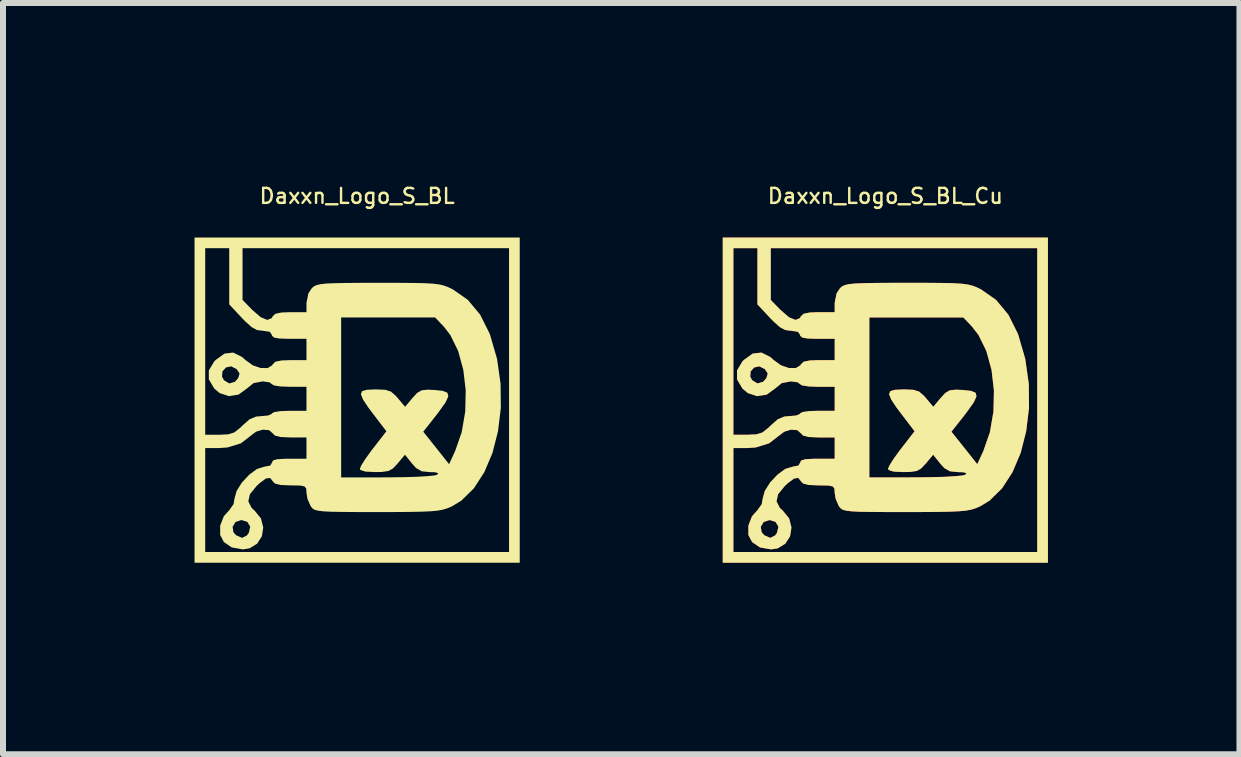
<source format=kicad_pcb>
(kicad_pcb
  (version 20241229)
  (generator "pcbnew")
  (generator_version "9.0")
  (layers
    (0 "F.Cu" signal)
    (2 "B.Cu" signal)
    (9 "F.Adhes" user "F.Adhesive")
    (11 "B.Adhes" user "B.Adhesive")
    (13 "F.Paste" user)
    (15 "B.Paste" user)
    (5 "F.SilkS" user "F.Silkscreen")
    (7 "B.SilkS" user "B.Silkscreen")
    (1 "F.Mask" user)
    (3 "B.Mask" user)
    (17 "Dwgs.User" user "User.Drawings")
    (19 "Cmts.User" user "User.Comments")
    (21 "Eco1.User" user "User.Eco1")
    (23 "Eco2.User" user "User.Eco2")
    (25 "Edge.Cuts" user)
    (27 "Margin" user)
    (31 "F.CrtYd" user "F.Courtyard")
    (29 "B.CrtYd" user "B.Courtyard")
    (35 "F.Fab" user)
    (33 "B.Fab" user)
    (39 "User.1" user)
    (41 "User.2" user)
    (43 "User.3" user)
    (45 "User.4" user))
  (footprint "Daxxn_Logo_S_BL_Cu"
    (layer "F.Cu")
    (at 11.7 3.616)
    (property "Reference" "Daxxn_Logo_S_BL_Cu" (at 0 -3.4 0) (layer "F.SilkS") (effects (font (size 0.25 0.25) (thickness 0.04))))
    (attr board_only exclude_from_pos_files exclude_from_bom allow_missing_courtyard)
    (fp_poly (pts (xy 2.709 2.709) (xy -2.709 2.709) (xy -2.709 2.531) (xy -2.531 2.531) (xy 2.531 2.531) (xy 2.531 -2.531) (xy -1.909 -2.531) (xy -1.909 -1.669) (xy -1.745 -1.501) (xy -1.606 -1.381) (xy -1.497 -1.336) (xy -1.423 -1.366) (xy -1.405 -1.399) (xy -1.361 -1.439) (xy -1.258 -1.46) (xy -1.112 -1.465) (xy -0.844 -1.465) (xy -0.844 -1.621) (xy -0.812 -1.779) (xy -0.755 -1.865) (xy -0.722 -1.894) (xy -0.679 -1.915) (xy -0.614 -1.931) (xy -0.517 -1.942) (xy -0.375 -1.948) (xy -0.177 -1.952) (xy 0.089 -1.954) (xy 0.357 -1.954) (xy 0.685 -1.954) (xy 0.937 -1.952) (xy 1.126 -1.948) (xy 1.266 -1.94) (xy 1.369 -1.927) (xy 1.448 -1.908) (xy 1.517 -1.882) (xy 1.588 -1.848) (xy 1.594 -1.845) (xy 1.845 -1.67) (xy 2.05 -1.423) (xy 2.211 -1.101) (xy 2.327 -0.702) (xy 2.332 -0.681) (xy 2.39 -0.273) (xy 2.394 0.131) (xy 2.347 0.519) (xy 2.255 0.88) (xy 2.119 1.201) (xy 1.945 1.47) (xy 1.735 1.676) (xy 1.576 1.772) (xy 1.507 1.801) (xy 1.435 1.824) (xy 1.346 1.841) (xy 1.229 1.852) (xy 1.07 1.859) (xy 0.857 1.863) (xy 0.577 1.865) (xy 0.336 1.865) (xy 0.006 1.865) (xy -0.247 1.863) (xy -0.433 1.86) (xy -0.565 1.853) (xy -0.653 1.842) (xy -0.709 1.827) (xy -0.743 1.804) (xy -0.768 1.775) (xy -0.775 1.766) (xy -0.828 1.644) (xy -0.844 1.544) (xy -0.848 1.476) (xy -0.875 1.439) (xy -0.945 1.424) (xy -1.079 1.421) (xy -1.112 1.421) (xy -1.277 1.414) (xy -1.37 1.39) (xy -1.405 1.354) (xy -1.449 1.297) (xy -1.52 1.306) (xy -1.627 1.386) (xy -1.674 1.43) (xy -1.786 1.567) (xy -1.813 1.687) (xy -1.757 1.796) (xy -1.708 1.841) (xy -1.602 1.972) (xy -1.564 2.122) (xy -1.587 2.269) (xy -1.666 2.392) (xy -1.793 2.47) (xy -1.903 2.487) (xy -2.088 2.455) (xy -2.22 2.365) (xy -2.282 2.247) (xy -2.282 2.11) (xy -2.075 2.11) (xy -2.061 2.201) (xy -2.017 2.251) (xy -1.917 2.295) (xy -1.838 2.256) (xy -1.806 2.213) (xy -1.781 2.109) (xy -1.829 2.029) (xy -1.927 1.998) (xy -2.027 2.031) (xy -2.075 2.11) (xy -2.282 2.11) (xy -2.282 2.091) (xy -2.222 1.936) (xy -2.129 1.832) (xy -2.059 1.733) (xy -2.043 1.639) (xy -2.008 1.513) (xy -1.919 1.372) (xy -1.84 1.288) (xy -0.266 1.288) (xy 0.5 1.287) (xy 0.755 1.284) (xy 0.983 1.278) (xy 1.166 1.267) (xy 1.289 1.255) (xy 1.332 1.243) (xy 1.352 1.216) (xy 1.296 1.202) (xy 1.213 1.2) (xy 1.077 1.186) (xy 0.982 1.132) (xy 0.913 1.055) (xy 0.797 0.91) (xy 0.676 1.055) (xy 0.598 1.138) (xy 0.522 1.181) (xy 0.413 1.197) (xy 0.3 1.199) (xy 0.137 1.191) (xy 0.056 1.165) (xy 0.045 1.143) (xy 0.071 1.084) (xy 0.139 0.977) (xy 0.237 0.841) (xy 0.266 0.804) (xy 0.487 0.519) (xy 0.331 0.315) (xy 0.185 0.122) (xy 0.096 -0.013) (xy 0.062 -0.1) (xy 0.084 -0.15) (xy 0.161 -0.172) (xy 0.294 -0.178) (xy 0.325 -0.178) (xy 0.469 -0.172) (xy 0.563 -0.142) (xy 0.643 -0.073) (xy 0.677 -0.034) (xy 0.799 0.111) (xy 0.922 -0.036) (xy 1.001 -0.121) (xy 1.074 -0.163) (xy 1.175 -0.174) (xy 1.289 -0.169) (xy 1.428 -0.154) (xy 1.505 -0.122) (xy 1.519 -0.061) (xy 1.473 0.039) (xy 1.365 0.19) (xy 1.312 0.26) (xy 1.102 0.526) (xy 1.317 0.796) (xy 1.532 1.067) (xy 1.632 0.85) (xy 1.742 0.535) (xy 1.801 0.191) (xy 1.809 -0.161) (xy 1.769 -0.504) (xy 1.683 -0.818) (xy 1.552 -1.085) (xy 1.446 -1.222) (xy 1.299 -1.377) (xy -0.266 -1.377) (xy -0.266 1.288) (xy -1.84 1.288) (xy -1.798 1.243) (xy -1.668 1.147) (xy -1.549 1.11) (xy -1.549 1.11) (xy -1.447 1.09) (xy -1.421 1.044) (xy -1.402 1.006) (xy -1.333 0.985) (xy -1.198 0.977) (xy -1.132 0.977) (xy -0.844 0.977) (xy -0.844 0.622) (xy -1.112 0.622) (xy -1.277 0.615) (xy -1.37 0.591) (xy -1.405 0.555) (xy -1.467 0.501) (xy -1.57 0.492) (xy -1.683 0.526) (xy -1.758 0.582) (xy -1.936 0.72) (xy -2.159 0.789) (xy -2.307 0.799) (xy -2.531 0.799) (xy -2.531 2.531) (xy -2.709 2.531) (xy -2.709 0.577) (xy -2.531 0.577) (xy -2.296 0.577) (xy -2.147 0.57) (xy -2.047 0.539) (xy -1.954 0.466) (xy -1.909 0.422) (xy -1.792 0.319) (xy -1.683 0.274) (xy -1.59 0.266) (xy -1.482 0.256) (xy -1.424 0.23) (xy -1.421 0.222) (xy -1.38 0.199) (xy -1.272 0.183) (xy -1.132 0.178) (xy -0.844 0.178) (xy -0.844 -0.222) (xy -1.132 -0.222) (xy -1.283 -0.228) (xy -1.386 -0.245) (xy -1.421 -0.266) (xy -1.46 -0.296) (xy -1.556 -0.31) (xy -1.579 -0.311) (xy -1.726 -0.283) (xy -1.839 -0.191) (xy -1.977 -0.091) (xy -2.136 -0.066) (xy -2.291 -0.117) (xy -2.381 -0.193) (xy -2.471 -0.346) (xy -2.471 -0.392) (xy -2.251 -0.392) (xy -2.218 -0.331) (xy -2.13 -0.278) (xy -2.035 -0.306) (xy -1.982 -0.366) (xy -1.959 -0.444) (xy -2.007 -0.516) (xy -2.098 -0.562) (xy -2.184 -0.544) (xy -2.243 -0.48) (xy -2.251 -0.392) (xy -2.471 -0.392) (xy -2.471 -0.494) (xy -2.383 -0.642) (xy -2.357 -0.669) (xy -2.21 -0.775) (xy -2.065 -0.792) (xy -1.919 -0.72) (xy -1.858 -0.666) (xy -1.739 -0.58) (xy -1.608 -0.535) (xy -1.491 -0.534) (xy -1.414 -0.581) (xy -1.405 -0.599) (xy -1.361 -0.64) (xy -1.258 -0.661) (xy -1.112 -0.666) (xy -0.844 -0.666) (xy -0.844 -1.021) (xy -1.132 -1.021) (xy -1.294 -1.026) (xy -1.384 -1.042) (xy -1.419 -1.073) (xy -1.421 -1.088) (xy -1.456 -1.138) (xy -1.567 -1.155) (xy -1.57 -1.155) (xy -1.667 -1.167) (xy -1.758 -1.216) (xy -1.869 -1.316) (xy -1.926 -1.375) (xy -2.131 -1.595) (xy -2.131 -2.531) (xy -2.531 -2.531) (xy -2.531 0.577) (xy -2.709 0.577) (xy -2.709 -2.709) (xy 2.709 -2.709)) (stroke (width 0) (type solid)) (fill yes) (layer "F.Cu"))
    (fp_poly (pts (xy 2.709 2.709) (xy -2.709 2.709) (xy -2.709 2.531) (xy -2.531 2.531) (xy 2.531 2.531) (xy 2.531 -2.531) (xy -1.909 -2.531) (xy -1.909 -1.669) (xy -1.745 -1.501) (xy -1.606 -1.381) (xy -1.497 -1.336) (xy -1.423 -1.366) (xy -1.405 -1.399) (xy -1.361 -1.439) (xy -1.258 -1.46) (xy -1.112 -1.465) (xy -0.844 -1.465) (xy -0.844 -1.621) (xy -0.812 -1.779) (xy -0.755 -1.865) (xy -0.722 -1.894) (xy -0.679 -1.915) (xy -0.614 -1.931) (xy -0.517 -1.942) (xy -0.375 -1.948) (xy -0.177 -1.952) (xy 0.089 -1.954) (xy 0.357 -1.954) (xy 0.685 -1.954) (xy 0.937 -1.952) (xy 1.126 -1.948) (xy 1.266 -1.94) (xy 1.369 -1.927) (xy 1.448 -1.908) (xy 1.517 -1.882) (xy 1.588 -1.848) (xy 1.594 -1.845) (xy 1.845 -1.67) (xy 2.05 -1.423) (xy 2.211 -1.101) (xy 2.327 -0.702) (xy 2.332 -0.681) (xy 2.39 -0.273) (xy 2.394 0.131) (xy 2.347 0.519) (xy 2.255 0.88) (xy 2.119 1.201) (xy 1.945 1.47) (xy 1.735 1.676) (xy 1.576 1.772) (xy 1.507 1.801) (xy 1.435 1.824) (xy 1.346 1.841) (xy 1.229 1.852) (xy 1.07 1.859) (xy 0.857 1.863) (xy 0.577 1.865) (xy 0.336 1.865) (xy 0.006 1.865) (xy -0.247 1.863) (xy -0.433 1.86) (xy -0.565 1.853) (xy -0.653 1.842) (xy -0.709 1.827) (xy -0.743 1.804) (xy -0.768 1.775) (xy -0.775 1.766) (xy -0.828 1.644) (xy -0.844 1.544) (xy -0.848 1.476) (xy -0.875 1.439) (xy -0.945 1.424) (xy -1.079 1.421) (xy -1.112 1.421) (xy -1.277 1.414) (xy -1.37 1.39) (xy -1.405 1.354) (xy -1.449 1.297) (xy -1.52 1.306) (xy -1.627 1.386) (xy -1.674 1.43) (xy -1.786 1.567) (xy -1.813 1.687) (xy -1.757 1.796) (xy -1.708 1.841) (xy -1.602 1.972) (xy -1.564 2.122) (xy -1.587 2.269) (xy -1.666 2.392) (xy -1.793 2.47) (xy -1.903 2.487) (xy -2.088 2.455) (xy -2.22 2.365) (xy -2.282 2.247) (xy -2.282 2.11) (xy -2.075 2.11) (xy -2.061 2.201) (xy -2.017 2.251) (xy -1.917 2.295) (xy -1.838 2.256) (xy -1.806 2.213) (xy -1.781 2.109) (xy -1.829 2.029) (xy -1.927 1.998) (xy -2.027 2.031) (xy -2.075 2.11) (xy -2.282 2.11) (xy -2.282 2.091) (xy -2.222 1.936) (xy -2.129 1.832) (xy -2.059 1.733) (xy -2.043 1.639) (xy -2.008 1.513) (xy -1.919 1.372) (xy -1.84 1.288) (xy -0.266 1.288) (xy 0.5 1.287) (xy 0.755 1.284) (xy 0.983 1.278) (xy 1.166 1.267) (xy 1.289 1.255) (xy 1.332 1.243) (xy 1.352 1.216) (xy 1.296 1.202) (xy 1.213 1.2) (xy 1.077 1.186) (xy 0.982 1.132) (xy 0.913 1.055) (xy 0.797 0.91) (xy 0.676 1.055) (xy 0.598 1.138) (xy 0.522 1.181) (xy 0.413 1.197) (xy 0.3 1.199) (xy 0.137 1.191) (xy 0.056 1.165) (xy 0.045 1.143) (xy 0.071 1.084) (xy 0.139 0.977) (xy 0.237 0.841) (xy 0.266 0.804) (xy 0.487 0.519) (xy 0.331 0.315) (xy 0.185 0.122) (xy 0.096 -0.013) (xy 0.062 -0.1) (xy 0.084 -0.15) (xy 0.161 -0.172) (xy 0.294 -0.178) (xy 0.325 -0.178) (xy 0.469 -0.172) (xy 0.563 -0.142) (xy 0.643 -0.073) (xy 0.677 -0.034) (xy 0.799 0.111) (xy 0.922 -0.036) (xy 1.001 -0.121) (xy 1.074 -0.163) (xy 1.175 -0.174) (xy 1.289 -0.169) (xy 1.428 -0.154) (xy 1.505 -0.122) (xy 1.519 -0.061) (xy 1.473 0.039) (xy 1.365 0.19) (xy 1.312 0.26) (xy 1.102 0.526) (xy 1.317 0.796) (xy 1.532 1.067) (xy 1.632 0.85) (xy 1.742 0.535) (xy 1.801 0.191) (xy 1.809 -0.161) (xy 1.769 -0.504) (xy 1.683 -0.818) (xy 1.552 -1.085) (xy 1.446 -1.222) (xy 1.299 -1.377) (xy -0.266 -1.377) (xy -0.266 1.288) (xy -1.84 1.288) (xy -1.798 1.243) (xy -1.668 1.147) (xy -1.549 1.11) (xy -1.549 1.11) (xy -1.447 1.09) (xy -1.421 1.044) (xy -1.402 1.006) (xy -1.333 0.985) (xy -1.198 0.977) (xy -1.132 0.977) (xy -0.844 0.977) (xy -0.844 0.622) (xy -1.112 0.622) (xy -1.277 0.615) (xy -1.37 0.591) (xy -1.405 0.555) (xy -1.467 0.501) (xy -1.57 0.492) (xy -1.683 0.526) (xy -1.758 0.582) (xy -1.936 0.72) (xy -2.159 0.789) (xy -2.307 0.799) (xy -2.531 0.799) (xy -2.531 2.531) (xy -2.709 2.531) (xy -2.709 0.577) (xy -2.531 0.577) (xy -2.296 0.577) (xy -2.147 0.57) (xy -2.047 0.539) (xy -1.954 0.466) (xy -1.909 0.422) (xy -1.792 0.319) (xy -1.683 0.274) (xy -1.59 0.266) (xy -1.482 0.256) (xy -1.424 0.23) (xy -1.421 0.222) (xy -1.38 0.199) (xy -1.272 0.183) (xy -1.132 0.178) (xy -0.844 0.178) (xy -0.844 -0.222) (xy -1.132 -0.222) (xy -1.283 -0.228) (xy -1.386 -0.245) (xy -1.421 -0.266) (xy -1.46 -0.296) (xy -1.556 -0.31) (xy -1.579 -0.311) (xy -1.726 -0.283) (xy -1.839 -0.191) (xy -1.977 -0.091) (xy -2.136 -0.066) (xy -2.291 -0.117) (xy -2.381 -0.193) (xy -2.471 -0.346) (xy -2.471 -0.392) (xy -2.251 -0.392) (xy -2.218 -0.331) (xy -2.13 -0.278) (xy -2.035 -0.306) (xy -1.982 -0.366) (xy -1.959 -0.444) (xy -2.007 -0.516) (xy -2.098 -0.562) (xy -2.184 -0.544) (xy -2.243 -0.48) (xy -2.251 -0.392) (xy -2.471 -0.392) (xy -2.471 -0.494) (xy -2.383 -0.642) (xy -2.357 -0.669) (xy -2.21 -0.775) (xy -2.065 -0.792) (xy -1.919 -0.72) (xy -1.858 -0.666) (xy -1.739 -0.58) (xy -1.608 -0.535) (xy -1.491 -0.534) (xy -1.414 -0.581) (xy -1.405 -0.599) (xy -1.361 -0.64) (xy -1.258 -0.661) (xy -1.112 -0.666) (xy -0.844 -0.666) (xy -0.844 -1.021) (xy -1.132 -1.021) (xy -1.294 -1.026) (xy -1.384 -1.042) (xy -1.419 -1.073) (xy -1.421 -1.088) (xy -1.456 -1.138) (xy -1.567 -1.155) (xy -1.57 -1.155) (xy -1.667 -1.167) (xy -1.758 -1.216) (xy -1.869 -1.316) (xy -1.926 -1.375) (xy -2.131 -1.595) (xy -2.131 -2.531) (xy -2.531 -2.531) (xy -2.531 0.577) (xy -2.709 0.577) (xy -2.709 -2.709) (xy 2.709 -2.709)) (stroke (width 0) (type solid)) (fill yes) (layer "F.SilkS"))
    (zone (net_name "") (layer "F.Cu") (hatch edge 0.5) (connect_pads) (min_thickness 0.25) (filled_areas_thickness no) (keepout (tracks allowed) (vias allowed) (pads allowed) (copperpour not_allowed) (footprints allowed)) (placement (enabled no)) (fill) (polygon (pts (xy 8.8 0.716) (xy 14.6 0.716) (xy 14.6 6.516) (xy 8.8 6.516)))))
  (footprint "Daxxn_Logo_S_BL"
    (layer "F.Cu")
    (at 2.9 3.616)
    (property "Reference" "Daxxn_Logo_S_BL" (at 0 -3.4 0) (layer "F.SilkS") (effects (font (size 0.25 0.25) (thickness 0.04))))
    (attr board_only exclude_from_pos_files exclude_from_bom allow_missing_courtyard)
    (fp_poly (pts (xy 2.709 2.709) (xy -2.709 2.709) (xy -2.709 2.531) (xy -2.531 2.531) (xy 2.531 2.531) (xy 2.531 -2.531) (xy -1.909 -2.531) (xy -1.909 -1.669) (xy -1.745 -1.501) (xy -1.606 -1.381) (xy -1.497 -1.336) (xy -1.423 -1.366) (xy -1.405 -1.399) (xy -1.361 -1.439) (xy -1.258 -1.46) (xy -1.112 -1.465) (xy -0.844 -1.465) (xy -0.844 -1.621) (xy -0.812 -1.779) (xy -0.755 -1.865) (xy -0.722 -1.894) (xy -0.679 -1.915) (xy -0.614 -1.931) (xy -0.517 -1.942) (xy -0.375 -1.948) (xy -0.177 -1.952) (xy 0.089 -1.954) (xy 0.357 -1.954) (xy 0.685 -1.954) (xy 0.937 -1.952) (xy 1.126 -1.948) (xy 1.266 -1.94) (xy 1.369 -1.927) (xy 1.448 -1.908) (xy 1.517 -1.882) (xy 1.588 -1.848) (xy 1.594 -1.845) (xy 1.845 -1.67) (xy 2.05 -1.423) (xy 2.211 -1.101) (xy 2.327 -0.702) (xy 2.332 -0.681) (xy 2.39 -0.273) (xy 2.394 0.131) (xy 2.347 0.519) (xy 2.255 0.88) (xy 2.119 1.201) (xy 1.945 1.47) (xy 1.735 1.676) (xy 1.576 1.772) (xy 1.507 1.801) (xy 1.435 1.824) (xy 1.346 1.841) (xy 1.229 1.852) (xy 1.07 1.859) (xy 0.857 1.863) (xy 0.577 1.865) (xy 0.336 1.865) (xy 0.006 1.865) (xy -0.247 1.863) (xy -0.433 1.86) (xy -0.565 1.853) (xy -0.653 1.842) (xy -0.709 1.827) (xy -0.743 1.804) (xy -0.768 1.775) (xy -0.775 1.766) (xy -0.828 1.644) (xy -0.844 1.544) (xy -0.848 1.476) (xy -0.875 1.439) (xy -0.945 1.424) (xy -1.079 1.421) (xy -1.112 1.421) (xy -1.277 1.414) (xy -1.37 1.39) (xy -1.405 1.354) (xy -1.449 1.297) (xy -1.52 1.306) (xy -1.627 1.386) (xy -1.674 1.43) (xy -1.786 1.567) (xy -1.813 1.687) (xy -1.757 1.796) (xy -1.708 1.841) (xy -1.602 1.972) (xy -1.564 2.122) (xy -1.587 2.269) (xy -1.666 2.392) (xy -1.793 2.47) (xy -1.903 2.487) (xy -2.088 2.455) (xy -2.22 2.365) (xy -2.282 2.247) (xy -2.282 2.11) (xy -2.075 2.11) (xy -2.061 2.201) (xy -2.017 2.251) (xy -1.917 2.295) (xy -1.838 2.256) (xy -1.806 2.213) (xy -1.781 2.109) (xy -1.829 2.029) (xy -1.927 1.998) (xy -2.027 2.031) (xy -2.075 2.11) (xy -2.282 2.11) (xy -2.282 2.091) (xy -2.222 1.936) (xy -2.129 1.832) (xy -2.059 1.733) (xy -2.043 1.639) (xy -2.008 1.513) (xy -1.919 1.372) (xy -1.84 1.288) (xy -0.266 1.288) (xy 0.5 1.287) (xy 0.755 1.284) (xy 0.983 1.278) (xy 1.166 1.267) (xy 1.289 1.255) (xy 1.332 1.243) (xy 1.352 1.216) (xy 1.296 1.202) (xy 1.213 1.2) (xy 1.077 1.186) (xy 0.982 1.132) (xy 0.913 1.055) (xy 0.797 0.91) (xy 0.676 1.055) (xy 0.598 1.138) (xy 0.522 1.181) (xy 0.413 1.197) (xy 0.3 1.199) (xy 0.137 1.191) (xy 0.056 1.165) (xy 0.045 1.143) (xy 0.071 1.084) (xy 0.139 0.977) (xy 0.237 0.841) (xy 0.266 0.804) (xy 0.487 0.519) (xy 0.331 0.315) (xy 0.185 0.122) (xy 0.096 -0.013) (xy 0.062 -0.1) (xy 0.084 -0.15) (xy 0.161 -0.172) (xy 0.294 -0.178) (xy 0.325 -0.178) (xy 0.469 -0.172) (xy 0.563 -0.142) (xy 0.643 -0.073) (xy 0.677 -0.034) (xy 0.799 0.111) (xy 0.922 -0.036) (xy 1.001 -0.121) (xy 1.074 -0.163) (xy 1.175 -0.174) (xy 1.289 -0.169) (xy 1.428 -0.154) (xy 1.505 -0.122) (xy 1.519 -0.061) (xy 1.473 0.039) (xy 1.365 0.19) (xy 1.312 0.26) (xy 1.102 0.526) (xy 1.317 0.796) (xy 1.532 1.067) (xy 1.632 0.85) (xy 1.742 0.535) (xy 1.801 0.191) (xy 1.809 -0.161) (xy 1.769 -0.504) (xy 1.683 -0.818) (xy 1.552 -1.085) (xy 1.446 -1.222) (xy 1.299 -1.377) (xy -0.266 -1.377) (xy -0.266 1.288) (xy -1.84 1.288) (xy -1.798 1.243) (xy -1.668 1.147) (xy -1.549 1.11) (xy -1.549 1.11) (xy -1.447 1.09) (xy -1.421 1.044) (xy -1.402 1.006) (xy -1.333 0.985) (xy -1.198 0.977) (xy -1.132 0.977) (xy -0.844 0.977) (xy -0.844 0.622) (xy -1.112 0.622) (xy -1.277 0.615) (xy -1.37 0.591) (xy -1.405 0.555) (xy -1.467 0.501) (xy -1.57 0.492) (xy -1.683 0.526) (xy -1.758 0.582) (xy -1.936 0.72) (xy -2.159 0.789) (xy -2.307 0.799) (xy -2.531 0.799) (xy -2.531 2.531) (xy -2.709 2.531) (xy -2.709 0.577) (xy -2.531 0.577) (xy -2.296 0.577) (xy -2.147 0.57) (xy -2.047 0.539) (xy -1.954 0.466) (xy -1.909 0.422) (xy -1.792 0.319) (xy -1.683 0.274) (xy -1.59 0.266) (xy -1.482 0.256) (xy -1.424 0.23) (xy -1.421 0.222) (xy -1.38 0.199) (xy -1.272 0.183) (xy -1.132 0.178) (xy -0.844 0.178) (xy -0.844 -0.222) (xy -1.132 -0.222) (xy -1.283 -0.228) (xy -1.386 -0.245) (xy -1.421 -0.266) (xy -1.46 -0.296) (xy -1.556 -0.31) (xy -1.579 -0.311) (xy -1.726 -0.283) (xy -1.839 -0.191) (xy -1.977 -0.091) (xy -2.136 -0.066) (xy -2.291 -0.117) (xy -2.381 -0.193) (xy -2.471 -0.346) (xy -2.471 -0.392) (xy -2.251 -0.392) (xy -2.218 -0.331) (xy -2.13 -0.278) (xy -2.035 -0.306) (xy -1.982 -0.366) (xy -1.959 -0.444) (xy -2.007 -0.516) (xy -2.098 -0.562) (xy -2.184 -0.544) (xy -2.243 -0.48) (xy -2.251 -0.392) (xy -2.471 -0.392) (xy -2.471 -0.494) (xy -2.383 -0.642) (xy -2.357 -0.669) (xy -2.21 -0.775) (xy -2.065 -0.792) (xy -1.919 -0.72) (xy -1.858 -0.666) (xy -1.739 -0.58) (xy -1.608 -0.535) (xy -1.491 -0.534) (xy -1.414 -0.581) (xy -1.405 -0.599) (xy -1.361 -0.64) (xy -1.258 -0.661) (xy -1.112 -0.666) (xy -0.844 -0.666) (xy -0.844 -1.021) (xy -1.132 -1.021) (xy -1.294 -1.026) (xy -1.384 -1.042) (xy -1.419 -1.073) (xy -1.421 -1.088) (xy -1.456 -1.138) (xy -1.567 -1.155) (xy -1.57 -1.155) (xy -1.667 -1.167) (xy -1.758 -1.216) (xy -1.869 -1.316) (xy -1.926 -1.375) (xy -2.131 -1.595) (xy -2.131 -2.531) (xy -2.531 -2.531) (xy -2.531 0.577) (xy -2.709 0.577) (xy -2.709 -2.709) (xy 2.709 -2.709)) (stroke (width 0) (type solid)) (fill yes) (layer "F.SilkS"))
    (zone (net_name "") (layer "F.Cu") (hatch edge 0.5) (connect_pads) (min_thickness 0.25) (filled_areas_thickness no) (keepout (tracks not_allowed) (vias not_allowed) (pads not_allowed) (copperpour not_allowed) (footprints not_allowed)) (placement (enabled no)) (fill) (polygon (pts (xy 0 0.716) (xy 5.8 0.716) (xy 5.8 6.516) (xy 0 6.516)))))
  (gr_rect
    (start -3 -3)
    (end 17.6 9.516)
    (stroke (width 0.1) (type default))
    (fill no)
    (layer "Edge.Cuts")))
</source>
